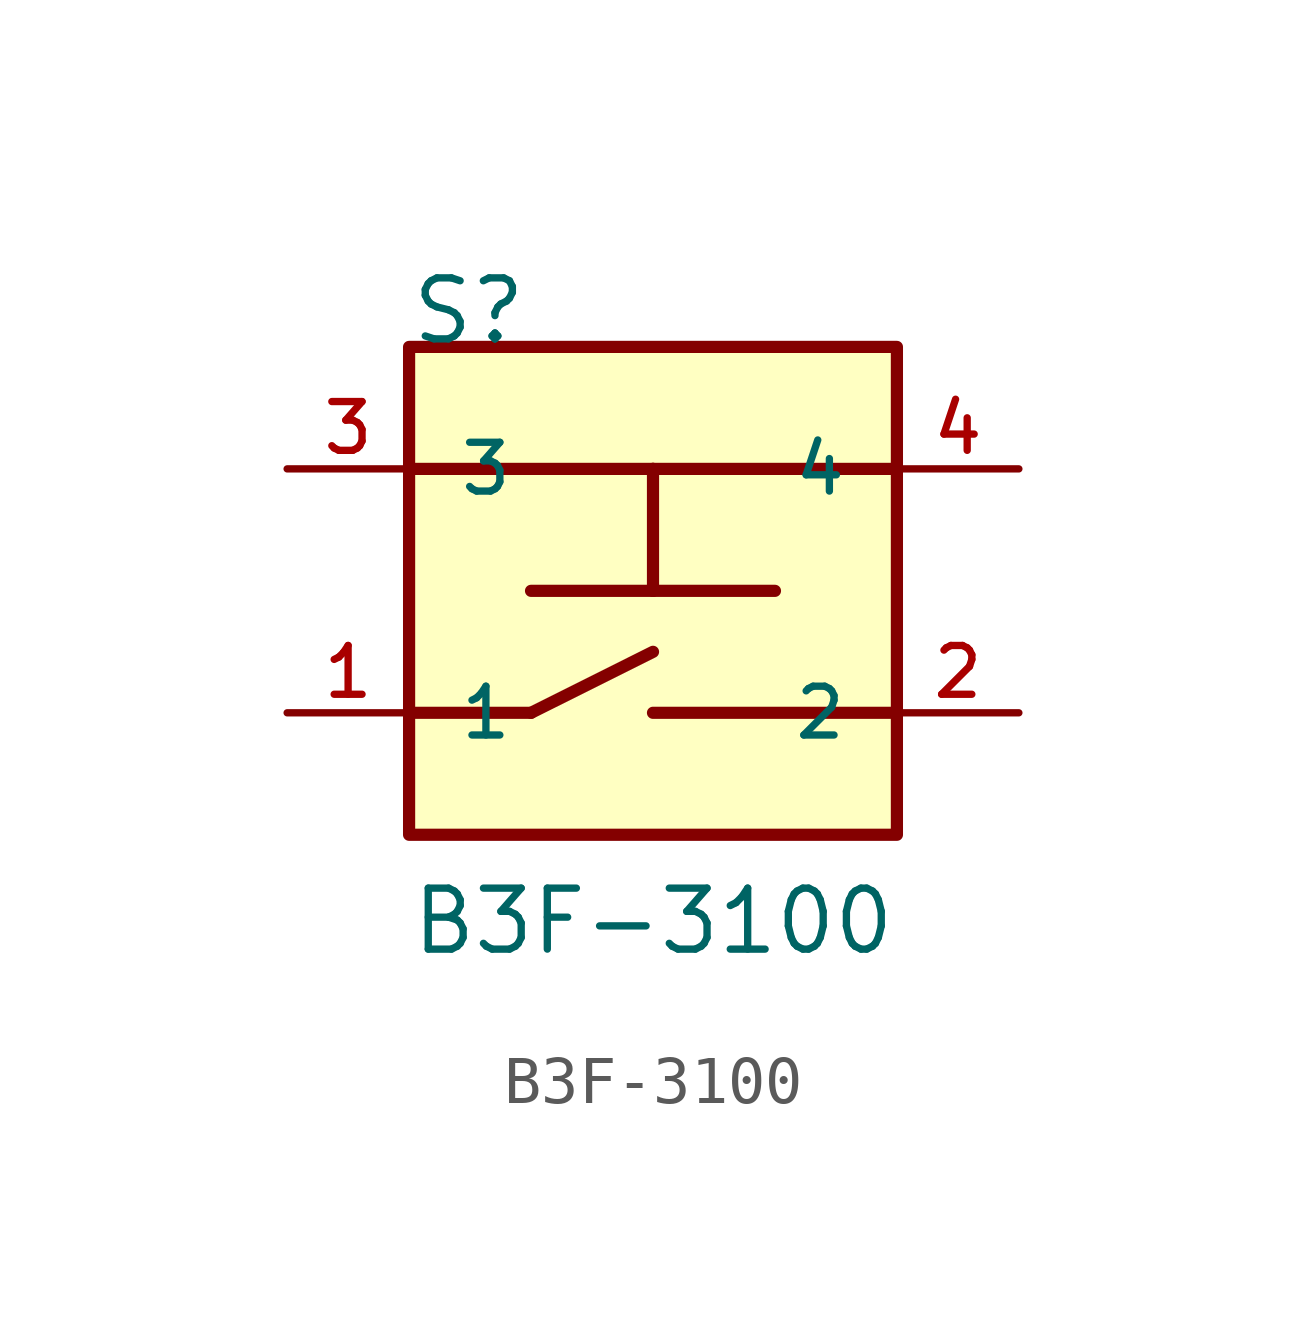
<source format=kicad_sym>
(kicad_symbol_lib
  (version 20211014)
  (generator kicad_symbol_editor)
  (symbol "B3F-3100"
    (pin_names
      (offset 1.016))
    (property "Reference" "S"
      (at -5.085 5.085 0)
      (effects (font (size 1.27 1.27)) (justify bottom left)))
    (property "Value" "B3F-3100"
      (at -5.083 -7.625 0)
      (effects (font (size 1.27 1.27)) (justify bottom left)))
    (symbol "B3F-3100_0_0"
      (polyline (pts (xy -5.08 -2.54) (xy -2.54 -2.54)) (stroke (width 0.254)))
      (polyline (pts (xy -2.54 -2.54) (xy 0.0 -1.27)) (stroke (width 0.254)))
      (polyline (pts (xy 0.0 -2.54) (xy 5.08 -2.54)) (stroke (width 0.254)))
      (polyline (pts (xy -5.08 2.54) (xy 0.0 2.54)) (stroke (width 0.254)))
      (polyline (pts (xy 0.0 2.54) (xy 5.08 2.54)) (stroke (width 0.254)))
      (polyline (pts (xy -2.54 0.0) (xy 0.0 0.0)) (stroke (width 0.254)))
      (polyline (pts (xy 0.0 0.0) (xy 2.54 0.0)) (stroke (width 0.254)))
      (polyline (pts (xy 0.0 0.0) (xy 0.0 2.54)) (stroke (width 0.254)))
      (rectangle (start -5.08 -5.08) (end 5.08 5.08) (stroke (width 0.254)) (fill (type background)))
      (pin passive line (at -7.62 -2.54 0) (length 2.54) (name "1" (effects (font (size 1.016 1.016)))) (number "1" (effects (font (size 1.016 1.016)))))
      (pin passive line (at 7.62 -2.54 180.0) (length 2.54) (name "2" (effects (font (size 1.016 1.016)))) (number "2" (effects (font (size 1.016 1.016)))))
      (pin passive line (at -7.62 2.54 0) (length 2.54) (name "3" (effects (font (size 1.016 1.016)))) (number "3" (effects (font (size 1.016 1.016)))))
      (pin passive line (at 7.62 2.54 180.0) (length 2.54) (name "4" (effects (font (size 1.016 1.016)))) (number "4" (effects (font (size 1.016 1.016))))))))
</source>
